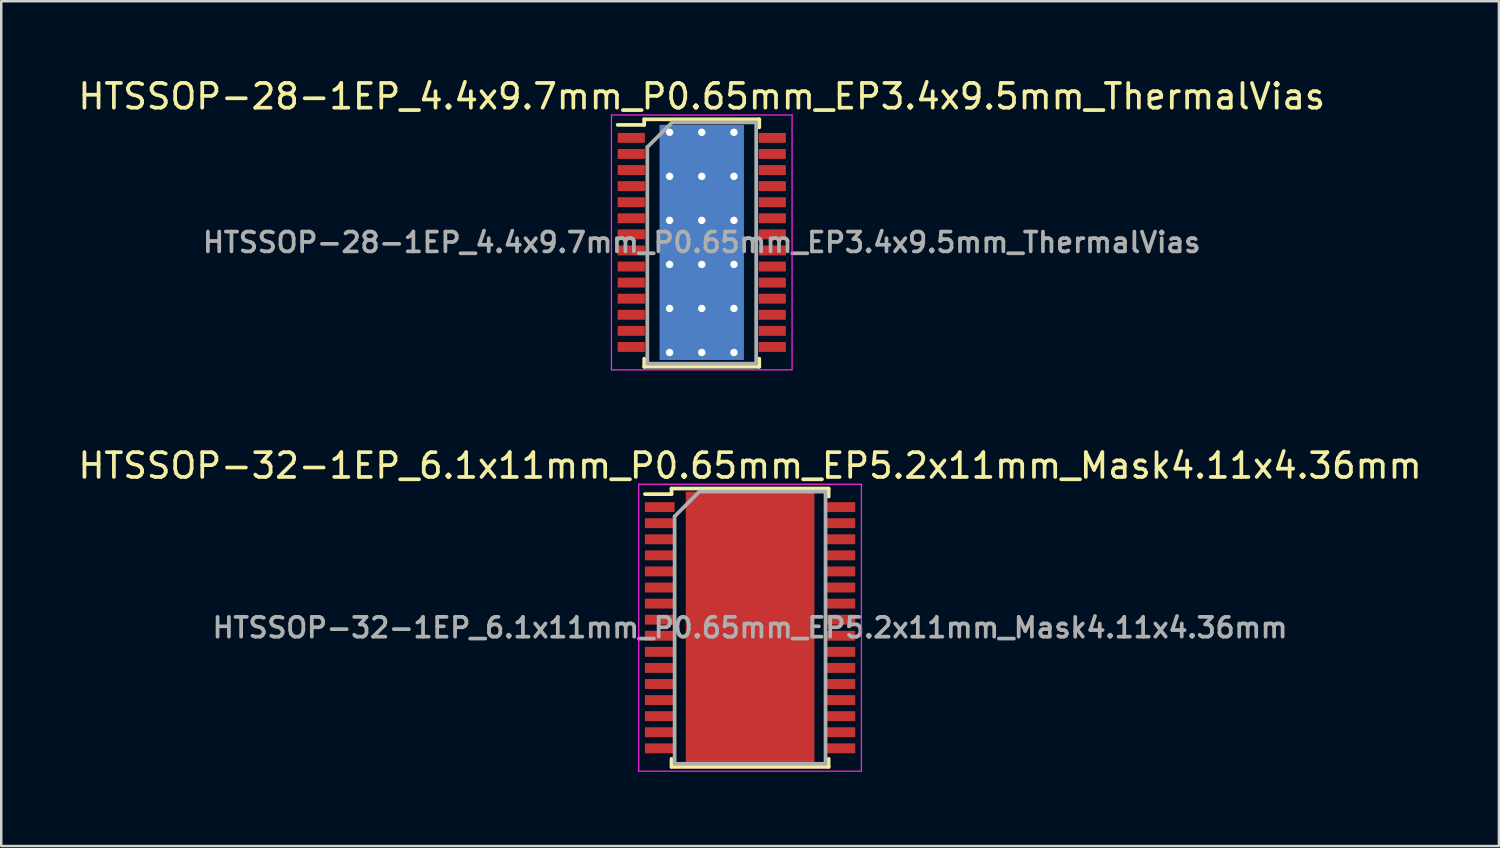
<source format=kicad_pcb>
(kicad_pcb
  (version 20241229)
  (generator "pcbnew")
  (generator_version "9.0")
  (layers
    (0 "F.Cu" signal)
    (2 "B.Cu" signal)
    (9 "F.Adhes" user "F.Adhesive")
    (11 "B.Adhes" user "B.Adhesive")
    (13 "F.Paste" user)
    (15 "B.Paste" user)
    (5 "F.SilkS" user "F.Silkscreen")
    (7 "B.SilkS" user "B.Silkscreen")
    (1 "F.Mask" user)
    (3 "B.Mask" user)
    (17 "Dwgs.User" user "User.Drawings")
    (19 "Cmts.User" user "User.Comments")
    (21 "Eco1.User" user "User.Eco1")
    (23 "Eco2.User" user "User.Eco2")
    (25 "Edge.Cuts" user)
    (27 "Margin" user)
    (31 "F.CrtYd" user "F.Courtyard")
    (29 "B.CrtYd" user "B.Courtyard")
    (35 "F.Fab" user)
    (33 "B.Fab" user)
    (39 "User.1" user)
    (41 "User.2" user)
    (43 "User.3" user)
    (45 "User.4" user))
  (footprint "HTSSOP-32-1EP_6.1x11mm_P0.65mm_EP5.2x11mm_Mask4.11x4.36mm"
    (layer "F.Cu")
    (at 27.268 22.322)
    (property "Reference" "HTSSOP-32-1EP_6.1x11mm_P0.65mm_EP5.2x11mm_Mask4.11x4.36mm" (at 0 -6.55 0) (layer "F.SilkS") (effects (font (size 1 1) (thickness 0.15))))
    (attr smd)
    (fp_line (start -4.25 -5.4) (end -3.175 -5.4) (stroke (width 0.15) (type solid)) (layer "F.SilkS"))
    (fp_line (start -3.175 -5.625) (end 3.175 -5.625) (stroke (width 0.15) (type solid)) (layer "F.SilkS"))
    (fp_line (start -3.175 -5.4) (end -3.175 -5.625) (stroke (width 0.15) (type solid)) (layer "F.SilkS"))
    (fp_line (start -3.175 5.3) (end -3.175 5.625) (stroke (width 0.15) (type solid)) (layer "F.SilkS"))
    (fp_line (start -3.175 5.625) (end 3.175 5.625) (stroke (width 0.15) (type solid)) (layer "F.SilkS"))
    (fp_line (start 3.175 -5.625) (end 3.175 -5.3) (stroke (width 0.15) (type solid)) (layer "F.SilkS"))
    (fp_line (start 3.175 5.625) (end 3.175 5.3) (stroke (width 0.15) (type solid)) (layer "F.SilkS"))
    (fp_line (start -4.5 -5.8) (end -4.5 5.8) (stroke (width 0.05) (type solid)) (layer "F.CrtYd"))
    (fp_line (start -4.5 5.8) (end 4.5 5.8) (stroke (width 0.05) (type solid)) (layer "F.CrtYd"))
    (fp_line (start 4.5 -5.8) (end -4.5 -5.8) (stroke (width 0.05) (type solid)) (layer "F.CrtYd"))
    (fp_line (start 4.5 5.8) (end 4.5 -5.8) (stroke (width 0.05) (type solid)) (layer "F.CrtYd"))
    (fp_line (start -3.05 -4.5) (end -2.05 -5.5) (stroke (width 0.15) (type solid)) (layer "F.Fab"))
    (fp_line (start -3.05 5.5) (end -3.05 -4.5) (stroke (width 0.15) (type solid)) (layer "F.Fab"))
    (fp_line (start -2.05 -5.5) (end 3.05 -5.5) (stroke (width 0.15) (type solid)) (layer "F.Fab"))
    (fp_line (start 3.05 -5.5) (end 3.05 5.5) (stroke (width 0.15) (type solid)) (layer "F.Fab"))
    (fp_line (start 3.05 5.5) (end -3.05 5.5) (stroke (width 0.15) (type solid)) (layer "F.Fab"))
    (fp_text user "${REFERENCE}" (at 0 0 0) (layer "F.Fab") (effects (font (size 0.8 0.8) (thickness 0.15))))
    (pad "" smd rect (at -1.37 -1.46) (size 1.07 1.16) (layers "F.Paste"))
    (pad "" smd rect (at -1.37 0) (size 1.07 1.16) (layers "F.Paste"))
    (pad "" smd rect (at -1.37 1.46) (size 1.07 1.16) (layers "F.Paste"))
    (pad "" smd rect (at 0 -1.46) (size 1.07 1.16) (layers "F.Paste"))
    (pad "" smd rect (at 0 0) (size 1.07 1.16) (layers "F.Paste"))
    (pad "" smd rect (at 0 0) (size 4.11 4.36) (layers "F.Mask"))
    (pad "" smd rect (at 0 1.46) (size 1.07 1.16) (layers "F.Paste"))
    (pad "" smd rect (at 1.37 -1.46) (size 1.07 1.16) (layers "F.Paste"))
    (pad "" smd rect (at 1.37 0) (size 1.07 1.16) (layers "F.Paste"))
    (pad "" smd rect (at 1.37 1.46) (size 1.07 1.16) (layers "F.Paste"))
    (pad "1" smd rect (at -3.65 -4.875) (size 1.2 0.4) (layers "F.Cu" "F.Mask" "F.Paste"))
    (pad "2" smd rect (at -3.65 -4.225) (size 1.2 0.4) (layers "F.Cu" "F.Mask" "F.Paste"))
    (pad "3" smd rect (at -3.65 -3.575) (size 1.2 0.4) (layers "F.Cu" "F.Mask" "F.Paste"))
    (pad "4" smd rect (at -3.65 -2.925) (size 1.2 0.4) (layers "F.Cu" "F.Mask" "F.Paste"))
    (pad "5" smd rect (at -3.65 -2.275) (size 1.2 0.4) (layers "F.Cu" "F.Mask" "F.Paste"))
    (pad "6" smd rect (at -3.65 -1.625) (size 1.2 0.4) (layers "F.Cu" "F.Mask" "F.Paste"))
    (pad "7" smd rect (at -3.65 -0.975) (size 1.2 0.4) (layers "F.Cu" "F.Mask" "F.Paste"))
    (pad "8" smd rect (at -3.65 -0.325) (size 1.2 0.4) (layers "F.Cu" "F.Mask" "F.Paste"))
    (pad "9" smd rect (at -3.65 0.325) (size 1.2 0.4) (layers "F.Cu" "F.Mask" "F.Paste"))
    (pad "10" smd rect (at -3.65 0.975) (size 1.2 0.4) (layers "F.Cu" "F.Mask" "F.Paste"))
    (pad "11" smd rect (at -3.65 1.625) (size 1.2 0.4) (layers "F.Cu" "F.Mask" "F.Paste"))
    (pad "12" smd rect (at -3.65 2.275) (size 1.2 0.4) (layers "F.Cu" "F.Mask" "F.Paste"))
    (pad "13" smd rect (at -3.65 2.925) (size 1.2 0.4) (layers "F.Cu" "F.Mask" "F.Paste"))
    (pad "14" smd rect (at -3.65 3.575) (size 1.2 0.4) (layers "F.Cu" "F.Mask" "F.Paste"))
    (pad "15" smd rect (at -3.65 4.225) (size 1.2 0.4) (layers "F.Cu" "F.Mask" "F.Paste"))
    (pad "16" smd rect (at -3.65 4.875) (size 1.2 0.4) (layers "F.Cu" "F.Mask" "F.Paste"))
    (pad "17" smd rect (at 3.65 4.875) (size 1.2 0.4) (layers "F.Cu" "F.Mask" "F.Paste"))
    (pad "18" smd rect (at 3.65 4.225) (size 1.2 0.4) (layers "F.Cu" "F.Mask" "F.Paste"))
    (pad "19" smd rect (at 3.65 3.575) (size 1.2 0.4) (layers "F.Cu" "F.Mask" "F.Paste"))
    (pad "20" smd rect (at 3.65 2.925) (size 1.2 0.4) (layers "F.Cu" "F.Mask" "F.Paste"))
    (pad "21" smd rect (at 3.65 2.275) (size 1.2 0.4) (layers "F.Cu" "F.Mask" "F.Paste"))
    (pad "22" smd rect (at 3.65 1.625) (size 1.2 0.4) (layers "F.Cu" "F.Mask" "F.Paste"))
    (pad "23" smd rect (at 3.65 0.975) (size 1.2 0.4) (layers "F.Cu" "F.Mask" "F.Paste"))
    (pad "24" smd rect (at 3.65 0.325) (size 1.2 0.4) (layers "F.Cu" "F.Mask" "F.Paste"))
    (pad "25" smd rect (at 3.65 -0.325) (size 1.2 0.4) (layers "F.Cu" "F.Mask" "F.Paste"))
    (pad "26" smd rect (at 3.65 -0.975) (size 1.2 0.4) (layers "F.Cu" "F.Mask" "F.Paste"))
    (pad "27" smd rect (at 3.65 -1.625) (size 1.2 0.4) (layers "F.Cu" "F.Mask" "F.Paste"))
    (pad "28" smd rect (at 3.65 -2.275) (size 1.2 0.4) (layers "F.Cu" "F.Mask" "F.Paste"))
    (pad "29" smd rect (at 3.65 -2.925) (size 1.2 0.4) (layers "F.Cu" "F.Mask" "F.Paste"))
    (pad "30" smd rect (at 3.65 -3.575) (size 1.2 0.4) (layers "F.Cu" "F.Mask" "F.Paste"))
    (pad "31" smd rect (at 3.65 -4.225) (size 1.2 0.4) (layers "F.Cu" "F.Mask" "F.Paste"))
    (pad "32" smd rect (at 3.65 -4.875) (size 1.2 0.4) (layers "F.Cu" "F.Mask" "F.Paste"))
    (pad "33" smd rect (at 0 0) (size 5.2 11) (layers "F.Cu")))
  (footprint "HTSSOP-28-1EP_4.4x9.7mm_P0.65mm_EP3.4x9.5mm_ThermalVias"
    (layer "F.Cu")
    (at 25.315 6.748)
    (property "Reference" "HTSSOP-28-1EP_4.4x9.7mm_P0.65mm_EP3.4x9.5mm_ThermalVias" (at 0 -5.9 0) (layer "F.SilkS") (effects (font (size 1 1) (thickness 0.15))))
    (attr smd)
    (fp_line (start -2.325 -4.975) (end -2.325 -4.75) (stroke (width 0.15) (type solid)) (layer "F.SilkS"))
    (fp_line (start -2.325 -4.975) (end 2.325 -4.975) (stroke (width 0.15) (type solid)) (layer "F.SilkS"))
    (fp_line (start -2.325 -4.75) (end -3.4 -4.75) (stroke (width 0.15) (type solid)) (layer "F.SilkS"))
    (fp_line (start -2.325 5.026) (end -2.325 4.701) (stroke (width 0.15) (type solid)) (layer "F.SilkS"))
    (fp_line (start -2.325 5.026) (end 2.325 5.026) (stroke (width 0.15) (type solid)) (layer "F.SilkS"))
    (fp_line (start 2.325 -4.975) (end 2.325 -4.65) (stroke (width 0.15) (type solid)) (layer "F.SilkS"))
    (fp_line (start 2.325 5.026) (end 2.325 4.701) (stroke (width 0.15) (type solid)) (layer "F.SilkS"))
    (fp_line (start -3.65 -5.15) (end -3.65 5.15) (stroke (width 0.05) (type solid)) (layer "F.CrtYd"))
    (fp_line (start -3.65 -5.15) (end 3.65 -5.15) (stroke (width 0.05) (type solid)) (layer "F.CrtYd"))
    (fp_line (start -3.65 5.15) (end 3.65 5.15) (stroke (width 0.05) (type solid)) (layer "F.CrtYd"))
    (fp_line (start 3.65 -5.15) (end 3.65 5.15) (stroke (width 0.05) (type solid)) (layer "F.CrtYd"))
    (fp_line (start -2.2 -3.85) (end -1.2 -4.85) (stroke (width 0.15) (type solid)) (layer "F.Fab"))
    (fp_line (start -2.2 4.85) (end -2.2 -3.85) (stroke (width 0.15) (type solid)) (layer "F.Fab"))
    (fp_line (start -1.2 -4.85) (end 2.2 -4.85) (stroke (width 0.15) (type solid)) (layer "F.Fab"))
    (fp_line (start 2.2 -4.85) (end 2.2 4.85) (stroke (width 0.15) (type solid)) (layer "F.Fab"))
    (fp_line (start 2.2 4.901) (end -2.2 4.901) (stroke (width 0.15) (type solid)) (layer "F.Fab"))
    (fp_text user "${REFERENCE}" (at 0 0 0) (layer "F.Fab") (effects (font (size 0.8 0.8) (thickness 0.15))))
    (pad "" smd rect (at -0.85 -3.56) (size 1.4 1.4) (layers "F.Paste"))
    (pad "" smd rect (at -0.85 -1.78) (size 1.4 1.4) (layers "F.Paste"))
    (pad "" smd rect (at -0.85 0) (size 1.4 1.4) (layers "F.Paste"))
    (pad "" smd rect (at -0.85 1.78) (size 1.4 1.4) (layers "F.Paste"))
    (pad "" smd rect (at -0.85 3.56) (size 1.4 1.4) (layers "F.Paste"))
    (pad "" smd rect (at 0.85 -3.56) (size 1.4 1.4) (layers "F.Paste"))
    (pad "" smd rect (at 0.85 -1.78) (size 1.4 1.4) (layers "F.Paste"))
    (pad "" smd rect (at 0.85 0) (size 1.4 1.4) (layers "F.Paste"))
    (pad "" smd rect (at 0.85 1.78) (size 1.4 1.4) (layers "F.Paste"))
    (pad "" smd rect (at 0.85 3.56) (size 1.4 1.4) (layers "F.Paste"))
    (pad "1" smd rect (at -2.85 -4.225) (size 1.1 0.4) (layers "F.Cu" "F.Mask" "F.Paste"))
    (pad "2" smd rect (at -2.85 -3.575) (size 1.1 0.4) (layers "F.Cu" "F.Mask" "F.Paste"))
    (pad "3" smd rect (at -2.85 -2.925) (size 1.1 0.4) (layers "F.Cu" "F.Mask" "F.Paste"))
    (pad "4" smd rect (at -2.85 -2.275) (size 1.1 0.4) (layers "F.Cu" "F.Mask" "F.Paste"))
    (pad "5" smd rect (at -2.85 -1.625) (size 1.1 0.4) (layers "F.Cu" "F.Mask" "F.Paste"))
    (pad "6" smd rect (at -2.85 -0.975) (size 1.1 0.4) (layers "F.Cu" "F.Mask" "F.Paste"))
    (pad "7" smd rect (at -2.85 -0.325) (size 1.1 0.4) (layers "F.Cu" "F.Mask" "F.Paste"))
    (pad "8" smd rect (at -2.85 0.325) (size 1.1 0.4) (layers "F.Cu" "F.Mask" "F.Paste"))
    (pad "9" smd rect (at -2.85 0.975) (size 1.1 0.4) (layers "F.Cu" "F.Mask" "F.Paste"))
    (pad "10" smd rect (at -2.85 1.625) (size 1.1 0.4) (layers "F.Cu" "F.Mask" "F.Paste"))
    (pad "11" smd rect (at -2.85 2.275) (size 1.1 0.4) (layers "F.Cu" "F.Mask" "F.Paste"))
    (pad "12" smd rect (at -2.85 2.925) (size 1.1 0.4) (layers "F.Cu" "F.Mask" "F.Paste"))
    (pad "13" smd rect (at -2.85 3.575) (size 1.1 0.4) (layers "F.Cu" "F.Mask" "F.Paste"))
    (pad "14" smd rect (at -2.85 4.225) (size 1.1 0.4) (layers "F.Cu" "F.Mask" "F.Paste"))
    (pad "15" smd rect (at 2.85 4.225) (size 1.1 0.4) (layers "F.Cu" "F.Mask" "F.Paste"))
    (pad "16" smd rect (at 2.85 3.575) (size 1.1 0.4) (layers "F.Cu" "F.Mask" "F.Paste"))
    (pad "17" smd rect (at 2.85 2.925) (size 1.1 0.4) (layers "F.Cu" "F.Mask" "F.Paste"))
    (pad "18" smd rect (at 2.85 2.275) (size 1.1 0.4) (layers "F.Cu" "F.Mask" "F.Paste"))
    (pad "19" smd rect (at 2.85 1.625) (size 1.1 0.4) (layers "F.Cu" "F.Mask" "F.Paste"))
    (pad "20" smd rect (at 2.85 0.975) (size 1.1 0.4) (layers "F.Cu" "F.Mask" "F.Paste"))
    (pad "21" smd rect (at 2.85 0.325) (size 1.1 0.4) (layers "F.Cu" "F.Mask" "F.Paste"))
    (pad "22" smd rect (at 2.85 -0.325) (size 1.1 0.4) (layers "F.Cu" "F.Mask" "F.Paste"))
    (pad "23" smd rect (at 2.85 -0.975) (size 1.1 0.4) (layers "F.Cu" "F.Mask" "F.Paste"))
    (pad "24" smd rect (at 2.85 -1.625) (size 1.1 0.4) (layers "F.Cu" "F.Mask" "F.Paste"))
    (pad "25" smd rect (at 2.85 -2.275) (size 1.1 0.4) (layers "F.Cu" "F.Mask" "F.Paste"))
    (pad "26" smd rect (at 2.85 -2.925) (size 1.1 0.4) (layers "F.Cu" "F.Mask" "F.Paste"))
    (pad "27" smd rect (at 2.85 -3.575) (size 1.1 0.4) (layers "F.Cu" "F.Mask" "F.Paste"))
    (pad "28" smd rect (at 2.85 -4.225) (size 1.1 0.4) (layers "F.Cu" "F.Mask" "F.Paste"))
    (pad "29" thru_hole circle (at -1.3 -4.45) (size 0.6 0.6) (drill 0.3) (layers "*.Cu"))
    (pad "29" thru_hole circle (at -1.3 -2.67) (size 0.6 0.6) (drill 0.3) (layers "*.Cu"))
    (pad "29" thru_hole circle (at -1.3 -0.89) (size 0.6 0.6) (drill 0.3) (layers "*.Cu"))
    (pad "29" thru_hole circle (at -1.3 0.89) (size 0.6 0.6) (drill 0.3) (layers "*.Cu"))
    (pad "29" thru_hole circle (at -1.3 2.67) (size 0.6 0.6) (drill 0.3) (layers "*.Cu"))
    (pad "29" thru_hole circle (at -1.3 4.45) (size 0.6 0.6) (drill 0.3) (layers "*.Cu"))
    (pad "29" thru_hole circle (at 0 -4.45) (size 0.6 0.6) (drill 0.3) (layers "*.Cu"))
    (pad "29" thru_hole circle (at 0 -2.67) (size 0.6 0.6) (drill 0.3) (layers "*.Cu"))
    (pad "29" thru_hole circle (at 0 -0.89) (size 0.6 0.6) (drill 0.3) (layers "*.Cu"))
    (pad "29" smd rect (at 0 0) (size 3.4 9.5) (layers "F.Cu" "F.Mask"))
    (pad "29" smd rect (at 0 0) (size 3.4 9.5) (layers "B.Cu"))
    (pad "29" thru_hole circle (at 0 0.89) (size 0.6 0.6) (drill 0.3) (layers "*.Cu"))
    (pad "29" thru_hole circle (at 0 2.67) (size 0.6 0.6) (drill 0.3) (layers "*.Cu"))
    (pad "29" thru_hole circle (at 0 4.45) (size 0.6 0.6) (drill 0.3) (layers "*.Cu"))
    (pad "29" thru_hole circle (at 1.3 -4.45) (size 0.6 0.6) (drill 0.3) (layers "*.Cu"))
    (pad "29" thru_hole circle (at 1.3 -2.67) (size 0.6 0.6) (drill 0.3) (layers "*.Cu"))
    (pad "29" thru_hole circle (at 1.3 -0.89) (size 0.6 0.6) (drill 0.3) (layers "*.Cu"))
    (pad "29" thru_hole circle (at 1.3 0.89) (size 0.6 0.6) (drill 0.3) (layers "*.Cu"))
    (pad "29" thru_hole circle (at 1.3 2.67) (size 0.6 0.6) (drill 0.3) (layers "*.Cu"))
    (pad "29" thru_hole circle (at 1.3 4.45) (size 0.6 0.6) (drill 0.3) (layers "*.Cu")))
  (gr_rect
    (start -3 -3)
    (end 57.536 31.146)
    (stroke (width 0.1) (type default))
    (fill no)
    (layer "Edge.Cuts")))
</source>
